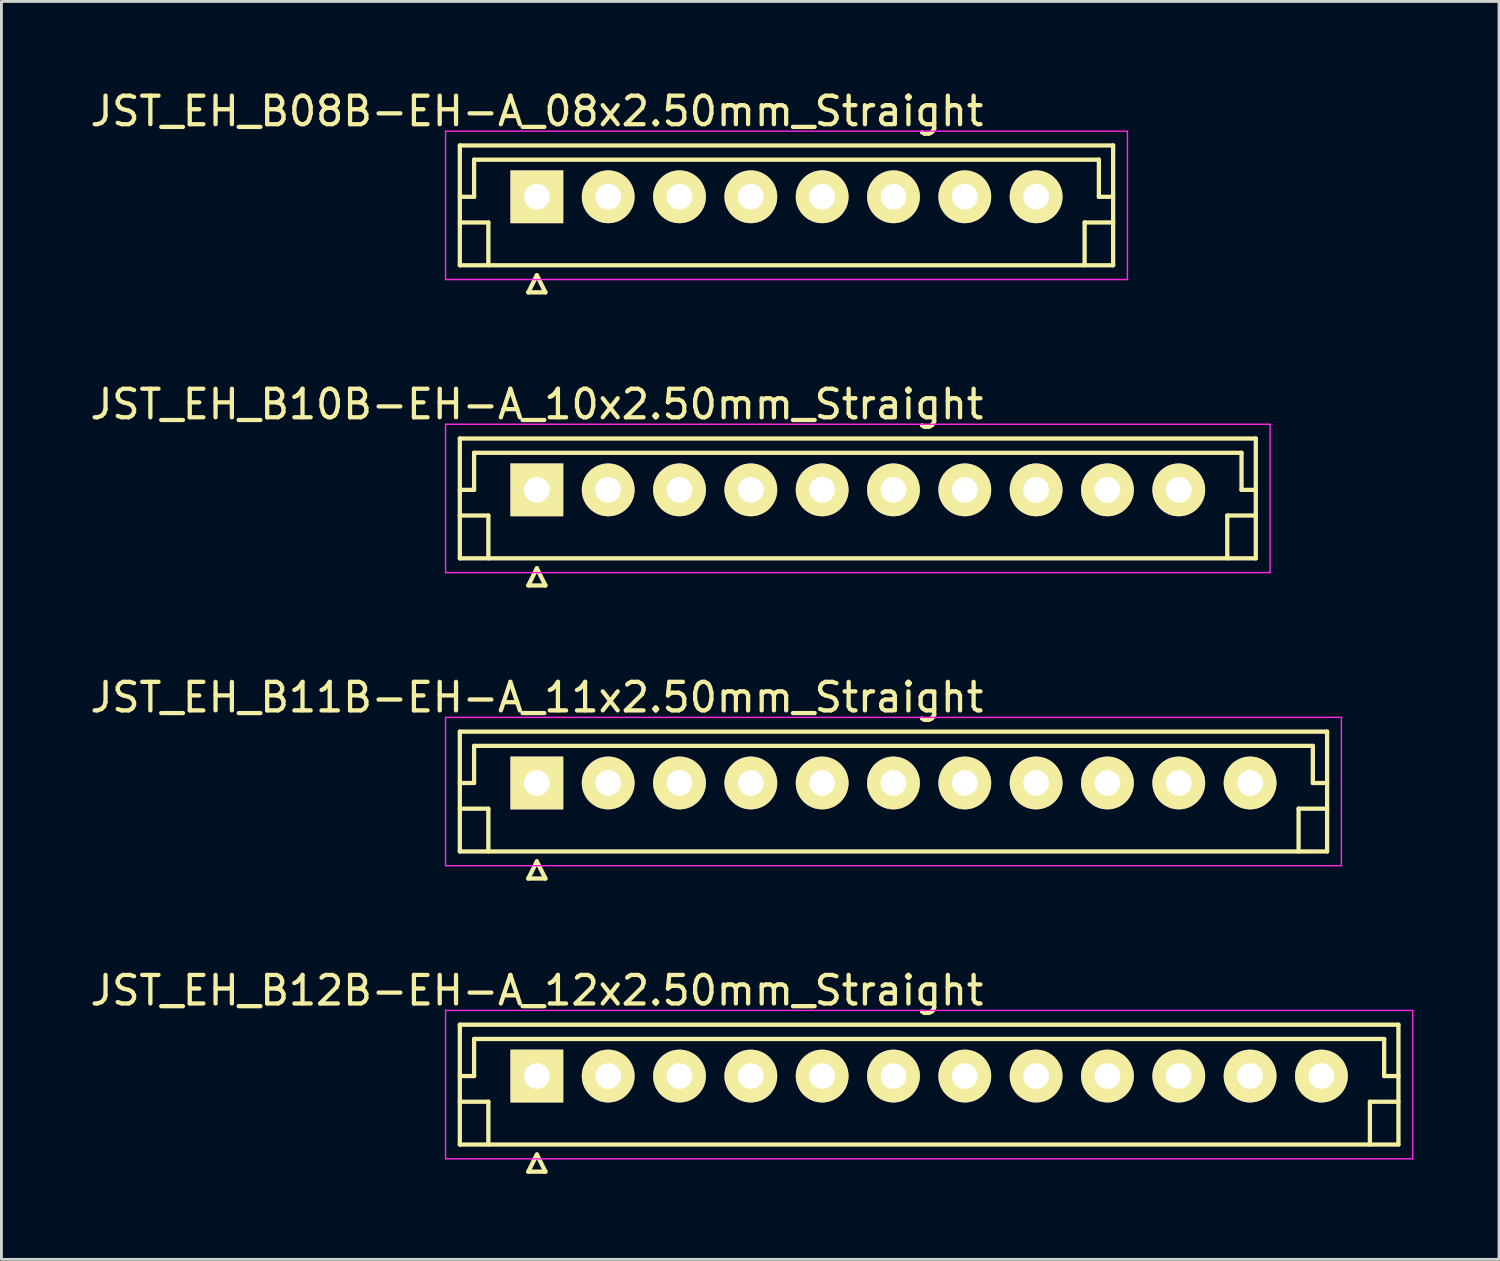
<source format=kicad_pcb>
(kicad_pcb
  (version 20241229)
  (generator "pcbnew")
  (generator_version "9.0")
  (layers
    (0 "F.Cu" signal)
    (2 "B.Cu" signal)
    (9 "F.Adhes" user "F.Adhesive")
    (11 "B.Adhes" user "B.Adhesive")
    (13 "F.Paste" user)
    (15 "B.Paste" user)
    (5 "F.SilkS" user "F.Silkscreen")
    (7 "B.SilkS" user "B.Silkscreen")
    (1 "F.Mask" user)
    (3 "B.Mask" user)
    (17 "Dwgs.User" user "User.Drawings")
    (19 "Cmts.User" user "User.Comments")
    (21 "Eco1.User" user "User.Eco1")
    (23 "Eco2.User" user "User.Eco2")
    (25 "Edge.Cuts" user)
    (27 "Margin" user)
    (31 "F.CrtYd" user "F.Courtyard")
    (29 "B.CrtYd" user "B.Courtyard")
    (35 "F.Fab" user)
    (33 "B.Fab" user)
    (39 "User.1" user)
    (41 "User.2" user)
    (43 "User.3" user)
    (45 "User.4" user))
  (footprint "JST_EH_B08B-EH-A_08x2.50mm_Straight"
    (layer "F.Cu")
    (at 15.768 3.848)
    (property "Reference" "JST_EH_B08B-EH-A_08x2.50mm_Straight" (at 0 -3 0) (layer "F.SilkS") (effects (font (size 1 1) (thickness 0.15))))
    (attr through_hole)
    (fp_line (start -2.7 -1.8) (end -2.7 2.4) (stroke (width 0.15) (type solid)) (layer "F.SilkS"))
    (fp_line (start -2.7 0) (end -2.2 0) (stroke (width 0.15) (type solid)) (layer "F.SilkS"))
    (fp_line (start -2.7 0.9) (end -1.7 0.9) (stroke (width 0.15) (type solid)) (layer "F.SilkS"))
    (fp_line (start -2.7 2.4) (end 20.2 2.4) (stroke (width 0.15) (type solid)) (layer "F.SilkS"))
    (fp_line (start -2.2 -1.3) (end 19.7 -1.3) (stroke (width 0.15) (type solid)) (layer "F.SilkS"))
    (fp_line (start -2.2 0) (end -2.2 -1.3) (stroke (width 0.15) (type solid)) (layer "F.SilkS"))
    (fp_line (start -1.7 0.9) (end -1.7 2.4) (stroke (width 0.15) (type solid)) (layer "F.SilkS"))
    (fp_line (start -0.3 3.35) (end 0.3 3.35) (stroke (width 0.15) (type solid)) (layer "F.SilkS"))
    (fp_line (start 0 2.75) (end -0.3 3.35) (stroke (width 0.15) (type solid)) (layer "F.SilkS"))
    (fp_line (start 0.3 3.35) (end 0 2.75) (stroke (width 0.15) (type solid)) (layer "F.SilkS"))
    (fp_line (start 19.2 0.9) (end 19.2 2.4) (stroke (width 0.15) (type solid)) (layer "F.SilkS"))
    (fp_line (start 19.7 -1.3) (end 19.7 0) (stroke (width 0.15) (type solid)) (layer "F.SilkS"))
    (fp_line (start 19.7 0) (end 20.2 0) (stroke (width 0.15) (type solid)) (layer "F.SilkS"))
    (fp_line (start 20.2 -1.8) (end -2.7 -1.8) (stroke (width 0.15) (type solid)) (layer "F.SilkS"))
    (fp_line (start 20.2 0.9) (end 19.2 0.9) (stroke (width 0.15) (type solid)) (layer "F.SilkS"))
    (fp_line (start 20.2 2.4) (end 20.2 -1.8) (stroke (width 0.15) (type solid)) (layer "F.SilkS"))
    (fp_line (start -3.2 -2.3) (end -3.2 2.9) (stroke (width 0.05) (type solid)) (layer "F.CrtYd"))
    (fp_line (start -3.2 2.9) (end 20.7 2.9) (stroke (width 0.05) (type solid)) (layer "F.CrtYd"))
    (fp_line (start 20.7 -2.3) (end -3.2 -2.3) (stroke (width 0.05) (type solid)) (layer "F.CrtYd"))
    (fp_line (start 20.7 2.9) (end 20.7 -2.3) (stroke (width 0.05) (type solid)) (layer "F.CrtYd"))
    (pad "1" thru_hole rect (at 0 0) (size 1.85 1.85) (drill 0.9) (layers "*.Cu" "*.Mask" "F.SilkS"))
    (pad "2" thru_hole circle (at 2.5 0) (size 1.85 1.85) (drill 0.9) (layers "*.Cu" "*.Mask" "F.SilkS"))
    (pad "3" thru_hole circle (at 5 0) (size 1.85 1.85) (drill 0.9) (layers "*.Cu" "*.Mask" "F.SilkS"))
    (pad "4" thru_hole circle (at 7.5 0) (size 1.85 1.85) (drill 0.9) (layers "*.Cu" "*.Mask" "F.SilkS"))
    (pad "5" thru_hole circle (at 10 0) (size 1.85 1.85) (drill 0.9) (layers "*.Cu" "*.Mask" "F.SilkS"))
    (pad "6" thru_hole circle (at 12.5 0) (size 1.85 1.85) (drill 0.9) (layers "*.Cu" "*.Mask" "F.SilkS"))
    (pad "7" thru_hole circle (at 15 0) (size 1.85 1.85) (drill 0.9) (layers "*.Cu" "*.Mask" "F.SilkS"))
    (pad "8" thru_hole circle (at 17.5 0) (size 1.85 1.85) (drill 0.9) (layers "*.Cu" "*.Mask" "F.SilkS")))
  (footprint "JST_EH_B12B-EH-A_12x2.50mm_Straight"
    (layer "F.Cu")
    (at 15.768 34.668)
    (property "Reference" "JST_EH_B12B-EH-A_12x2.50mm_Straight" (at 0 -3 0) (layer "F.SilkS") (effects (font (size 1 1) (thickness 0.15))))
    (attr through_hole)
    (fp_line (start -2.7 -1.8) (end -2.7 2.4) (stroke (width 0.15) (type solid)) (layer "F.SilkS"))
    (fp_line (start -2.7 0) (end -2.2 0) (stroke (width 0.15) (type solid)) (layer "F.SilkS"))
    (fp_line (start -2.7 0.9) (end -1.7 0.9) (stroke (width 0.15) (type solid)) (layer "F.SilkS"))
    (fp_line (start -2.7 2.4) (end 30.2 2.4) (stroke (width 0.15) (type solid)) (layer "F.SilkS"))
    (fp_line (start -2.2 -1.3) (end 29.7 -1.3) (stroke (width 0.15) (type solid)) (layer "F.SilkS"))
    (fp_line (start -2.2 0) (end -2.2 -1.3) (stroke (width 0.15) (type solid)) (layer "F.SilkS"))
    (fp_line (start -1.7 0.9) (end -1.7 2.4) (stroke (width 0.15) (type solid)) (layer "F.SilkS"))
    (fp_line (start -0.3 3.35) (end 0.3 3.35) (stroke (width 0.15) (type solid)) (layer "F.SilkS"))
    (fp_line (start 0 2.75) (end -0.3 3.35) (stroke (width 0.15) (type solid)) (layer "F.SilkS"))
    (fp_line (start 0.3 3.35) (end 0 2.75) (stroke (width 0.15) (type solid)) (layer "F.SilkS"))
    (fp_line (start 29.2 0.9) (end 29.2 2.4) (stroke (width 0.15) (type solid)) (layer "F.SilkS"))
    (fp_line (start 29.7 -1.3) (end 29.7 0) (stroke (width 0.15) (type solid)) (layer "F.SilkS"))
    (fp_line (start 29.7 0) (end 30.2 0) (stroke (width 0.15) (type solid)) (layer "F.SilkS"))
    (fp_line (start 30.2 -1.8) (end -2.7 -1.8) (stroke (width 0.15) (type solid)) (layer "F.SilkS"))
    (fp_line (start 30.2 0.9) (end 29.2 0.9) (stroke (width 0.15) (type solid)) (layer "F.SilkS"))
    (fp_line (start 30.2 2.4) (end 30.2 -1.8) (stroke (width 0.15) (type solid)) (layer "F.SilkS"))
    (fp_line (start -3.2 -2.3) (end -3.2 2.9) (stroke (width 0.05) (type solid)) (layer "F.CrtYd"))
    (fp_line (start -3.2 2.9) (end 30.7 2.9) (stroke (width 0.05) (type solid)) (layer "F.CrtYd"))
    (fp_line (start 30.7 -2.3) (end -3.2 -2.3) (stroke (width 0.05) (type solid)) (layer "F.CrtYd"))
    (fp_line (start 30.7 2.9) (end 30.7 -2.3) (stroke (width 0.05) (type solid)) (layer "F.CrtYd"))
    (pad "1" thru_hole rect (at 0 0) (size 1.85 1.85) (drill 0.9) (layers "*.Cu" "*.Mask" "F.SilkS"))
    (pad "2" thru_hole circle (at 2.5 0) (size 1.85 1.85) (drill 0.9) (layers "*.Cu" "*.Mask" "F.SilkS"))
    (pad "3" thru_hole circle (at 5 0) (size 1.85 1.85) (drill 0.9) (layers "*.Cu" "*.Mask" "F.SilkS"))
    (pad "4" thru_hole circle (at 7.5 0) (size 1.85 1.85) (drill 0.9) (layers "*.Cu" "*.Mask" "F.SilkS"))
    (pad "5" thru_hole circle (at 10 0) (size 1.85 1.85) (drill 0.9) (layers "*.Cu" "*.Mask" "F.SilkS"))
    (pad "6" thru_hole circle (at 12.5 0) (size 1.85 1.85) (drill 0.9) (layers "*.Cu" "*.Mask" "F.SilkS"))
    (pad "7" thru_hole circle (at 15 0) (size 1.85 1.85) (drill 0.9) (layers "*.Cu" "*.Mask" "F.SilkS"))
    (pad "8" thru_hole circle (at 17.5 0) (size 1.85 1.85) (drill 0.9) (layers "*.Cu" "*.Mask" "F.SilkS"))
    (pad "9" thru_hole circle (at 20 0) (size 1.85 1.85) (drill 0.9) (layers "*.Cu" "*.Mask" "F.SilkS"))
    (pad "10" thru_hole circle (at 22.5 0) (size 1.85 1.85) (drill 0.9) (layers "*.Cu" "*.Mask" "F.SilkS"))
    (pad "11" thru_hole circle (at 25 0) (size 1.85 1.85) (drill 0.9) (layers "*.Cu" "*.Mask" "F.SilkS"))
    (pad "12" thru_hole circle (at 27.5 0) (size 1.85 1.85) (drill 0.9) (layers "*.Cu" "*.Mask" "F.SilkS")))
  (footprint "JST_EH_B10B-EH-A_10x2.50mm_Straight"
    (layer "F.Cu")
    (at 15.768 14.121)
    (property "Reference" "JST_EH_B10B-EH-A_10x2.50mm_Straight" (at 0 -3 0) (layer "F.SilkS") (effects (font (size 1 1) (thickness 0.15))))
    (attr through_hole)
    (fp_line (start -2.7 -1.8) (end -2.7 2.4) (stroke (width 0.15) (type solid)) (layer "F.SilkS"))
    (fp_line (start -2.7 0) (end -2.2 0) (stroke (width 0.15) (type solid)) (layer "F.SilkS"))
    (fp_line (start -2.7 0.9) (end -1.7 0.9) (stroke (width 0.15) (type solid)) (layer "F.SilkS"))
    (fp_line (start -2.7 2.4) (end 25.2 2.4) (stroke (width 0.15) (type solid)) (layer "F.SilkS"))
    (fp_line (start -2.2 -1.3) (end 24.7 -1.3) (stroke (width 0.15) (type solid)) (layer "F.SilkS"))
    (fp_line (start -2.2 0) (end -2.2 -1.3) (stroke (width 0.15) (type solid)) (layer "F.SilkS"))
    (fp_line (start -1.7 0.9) (end -1.7 2.4) (stroke (width 0.15) (type solid)) (layer "F.SilkS"))
    (fp_line (start -0.3 3.35) (end 0.3 3.35) (stroke (width 0.15) (type solid)) (layer "F.SilkS"))
    (fp_line (start 0 2.75) (end -0.3 3.35) (stroke (width 0.15) (type solid)) (layer "F.SilkS"))
    (fp_line (start 0.3 3.35) (end 0 2.75) (stroke (width 0.15) (type solid)) (layer "F.SilkS"))
    (fp_line (start 24.2 0.9) (end 24.2 2.4) (stroke (width 0.15) (type solid)) (layer "F.SilkS"))
    (fp_line (start 24.7 -1.3) (end 24.7 0) (stroke (width 0.15) (type solid)) (layer "F.SilkS"))
    (fp_line (start 24.7 0) (end 25.2 0) (stroke (width 0.15) (type solid)) (layer "F.SilkS"))
    (fp_line (start 25.2 -1.8) (end -2.7 -1.8) (stroke (width 0.15) (type solid)) (layer "F.SilkS"))
    (fp_line (start 25.2 0.9) (end 24.2 0.9) (stroke (width 0.15) (type solid)) (layer "F.SilkS"))
    (fp_line (start 25.2 2.4) (end 25.2 -1.8) (stroke (width 0.15) (type solid)) (layer "F.SilkS"))
    (fp_line (start -3.2 -2.3) (end -3.2 2.9) (stroke (width 0.05) (type solid)) (layer "F.CrtYd"))
    (fp_line (start -3.2 2.9) (end 25.7 2.9) (stroke (width 0.05) (type solid)) (layer "F.CrtYd"))
    (fp_line (start 25.7 -2.3) (end -3.2 -2.3) (stroke (width 0.05) (type solid)) (layer "F.CrtYd"))
    (fp_line (start 25.7 2.9) (end 25.7 -2.3) (stroke (width 0.05) (type solid)) (layer "F.CrtYd"))
    (pad "1" thru_hole rect (at 0 0) (size 1.85 1.85) (drill 0.9) (layers "*.Cu" "*.Mask" "F.SilkS"))
    (pad "2" thru_hole circle (at 2.5 0) (size 1.85 1.85) (drill 0.9) (layers "*.Cu" "*.Mask" "F.SilkS"))
    (pad "3" thru_hole circle (at 5 0) (size 1.85 1.85) (drill 0.9) (layers "*.Cu" "*.Mask" "F.SilkS"))
    (pad "4" thru_hole circle (at 7.5 0) (size 1.85 1.85) (drill 0.9) (layers "*.Cu" "*.Mask" "F.SilkS"))
    (pad "5" thru_hole circle (at 10 0) (size 1.85 1.85) (drill 0.9) (layers "*.Cu" "*.Mask" "F.SilkS"))
    (pad "6" thru_hole circle (at 12.5 0) (size 1.85 1.85) (drill 0.9) (layers "*.Cu" "*.Mask" "F.SilkS"))
    (pad "7" thru_hole circle (at 15 0) (size 1.85 1.85) (drill 0.9) (layers "*.Cu" "*.Mask" "F.SilkS"))
    (pad "8" thru_hole circle (at 17.5 0) (size 1.85 1.85) (drill 0.9) (layers "*.Cu" "*.Mask" "F.SilkS"))
    (pad "9" thru_hole circle (at 20 0) (size 1.85 1.85) (drill 0.9) (layers "*.Cu" "*.Mask" "F.SilkS"))
    (pad "10" thru_hole circle (at 22.5 0) (size 1.85 1.85) (drill 0.9) (layers "*.Cu" "*.Mask" "F.SilkS")))
  (footprint "JST_EH_B11B-EH-A_11x2.50mm_Straight"
    (layer "F.Cu")
    (at 15.768 24.395)
    (property "Reference" "JST_EH_B11B-EH-A_11x2.50mm_Straight" (at 0 -3 0) (layer "F.SilkS") (effects (font (size 1 1) (thickness 0.15))))
    (attr through_hole)
    (fp_line (start -2.7 -1.8) (end -2.7 2.4) (stroke (width 0.15) (type solid)) (layer "F.SilkS"))
    (fp_line (start -2.7 0) (end -2.2 0) (stroke (width 0.15) (type solid)) (layer "F.SilkS"))
    (fp_line (start -2.7 0.9) (end -1.7 0.9) (stroke (width 0.15) (type solid)) (layer "F.SilkS"))
    (fp_line (start -2.7 2.4) (end 27.7 2.4) (stroke (width 0.15) (type solid)) (layer "F.SilkS"))
    (fp_line (start -2.2 -1.3) (end 27.2 -1.3) (stroke (width 0.15) (type solid)) (layer "F.SilkS"))
    (fp_line (start -2.2 0) (end -2.2 -1.3) (stroke (width 0.15) (type solid)) (layer "F.SilkS"))
    (fp_line (start -1.7 0.9) (end -1.7 2.4) (stroke (width 0.15) (type solid)) (layer "F.SilkS"))
    (fp_line (start -0.3 3.35) (end 0.3 3.35) (stroke (width 0.15) (type solid)) (layer "F.SilkS"))
    (fp_line (start 0 2.75) (end -0.3 3.35) (stroke (width 0.15) (type solid)) (layer "F.SilkS"))
    (fp_line (start 0.3 3.35) (end 0 2.75) (stroke (width 0.15) (type solid)) (layer "F.SilkS"))
    (fp_line (start 26.7 0.9) (end 26.7 2.4) (stroke (width 0.15) (type solid)) (layer "F.SilkS"))
    (fp_line (start 27.2 -1.3) (end 27.2 0) (stroke (width 0.15) (type solid)) (layer "F.SilkS"))
    (fp_line (start 27.2 0) (end 27.7 0) (stroke (width 0.15) (type solid)) (layer "F.SilkS"))
    (fp_line (start 27.7 -1.8) (end -2.7 -1.8) (stroke (width 0.15) (type solid)) (layer "F.SilkS"))
    (fp_line (start 27.7 0.9) (end 26.7 0.9) (stroke (width 0.15) (type solid)) (layer "F.SilkS"))
    (fp_line (start 27.7 2.4) (end 27.7 -1.8) (stroke (width 0.15) (type solid)) (layer "F.SilkS"))
    (fp_line (start -3.2 -2.3) (end -3.2 2.9) (stroke (width 0.05) (type solid)) (layer "F.CrtYd"))
    (fp_line (start -3.2 2.9) (end 28.2 2.9) (stroke (width 0.05) (type solid)) (layer "F.CrtYd"))
    (fp_line (start 28.2 -2.3) (end -3.2 -2.3) (stroke (width 0.05) (type solid)) (layer "F.CrtYd"))
    (fp_line (start 28.2 2.9) (end 28.2 -2.3) (stroke (width 0.05) (type solid)) (layer "F.CrtYd"))
    (pad "1" thru_hole rect (at 0 0) (size 1.85 1.85) (drill 0.9) (layers "*.Cu" "*.Mask" "F.SilkS"))
    (pad "2" thru_hole circle (at 2.5 0) (size 1.85 1.85) (drill 0.9) (layers "*.Cu" "*.Mask" "F.SilkS"))
    (pad "3" thru_hole circle (at 5 0) (size 1.85 1.85) (drill 0.9) (layers "*.Cu" "*.Mask" "F.SilkS"))
    (pad "4" thru_hole circle (at 7.5 0) (size 1.85 1.85) (drill 0.9) (layers "*.Cu" "*.Mask" "F.SilkS"))
    (pad "5" thru_hole circle (at 10 0) (size 1.85 1.85) (drill 0.9) (layers "*.Cu" "*.Mask" "F.SilkS"))
    (pad "6" thru_hole circle (at 12.5 0) (size 1.85 1.85) (drill 0.9) (layers "*.Cu" "*.Mask" "F.SilkS"))
    (pad "7" thru_hole circle (at 15 0) (size 1.85 1.85) (drill 0.9) (layers "*.Cu" "*.Mask" "F.SilkS"))
    (pad "8" thru_hole circle (at 17.5 0) (size 1.85 1.85) (drill 0.9) (layers "*.Cu" "*.Mask" "F.SilkS"))
    (pad "9" thru_hole circle (at 20 0) (size 1.85 1.85) (drill 0.9) (layers "*.Cu" "*.Mask" "F.SilkS"))
    (pad "10" thru_hole circle (at 22.5 0) (size 1.85 1.85) (drill 0.9) (layers "*.Cu" "*.Mask" "F.SilkS"))
    (pad "11" thru_hole circle (at 25 0) (size 1.85 1.85) (drill 0.9) (layers "*.Cu" "*.Mask" "F.SilkS")))
  (gr_rect
    (start -3 -3)
    (end 49.493 41.093)
    (stroke (width 0.1) (type default))
    (fill no)
    (layer "Edge.Cuts")))
</source>
